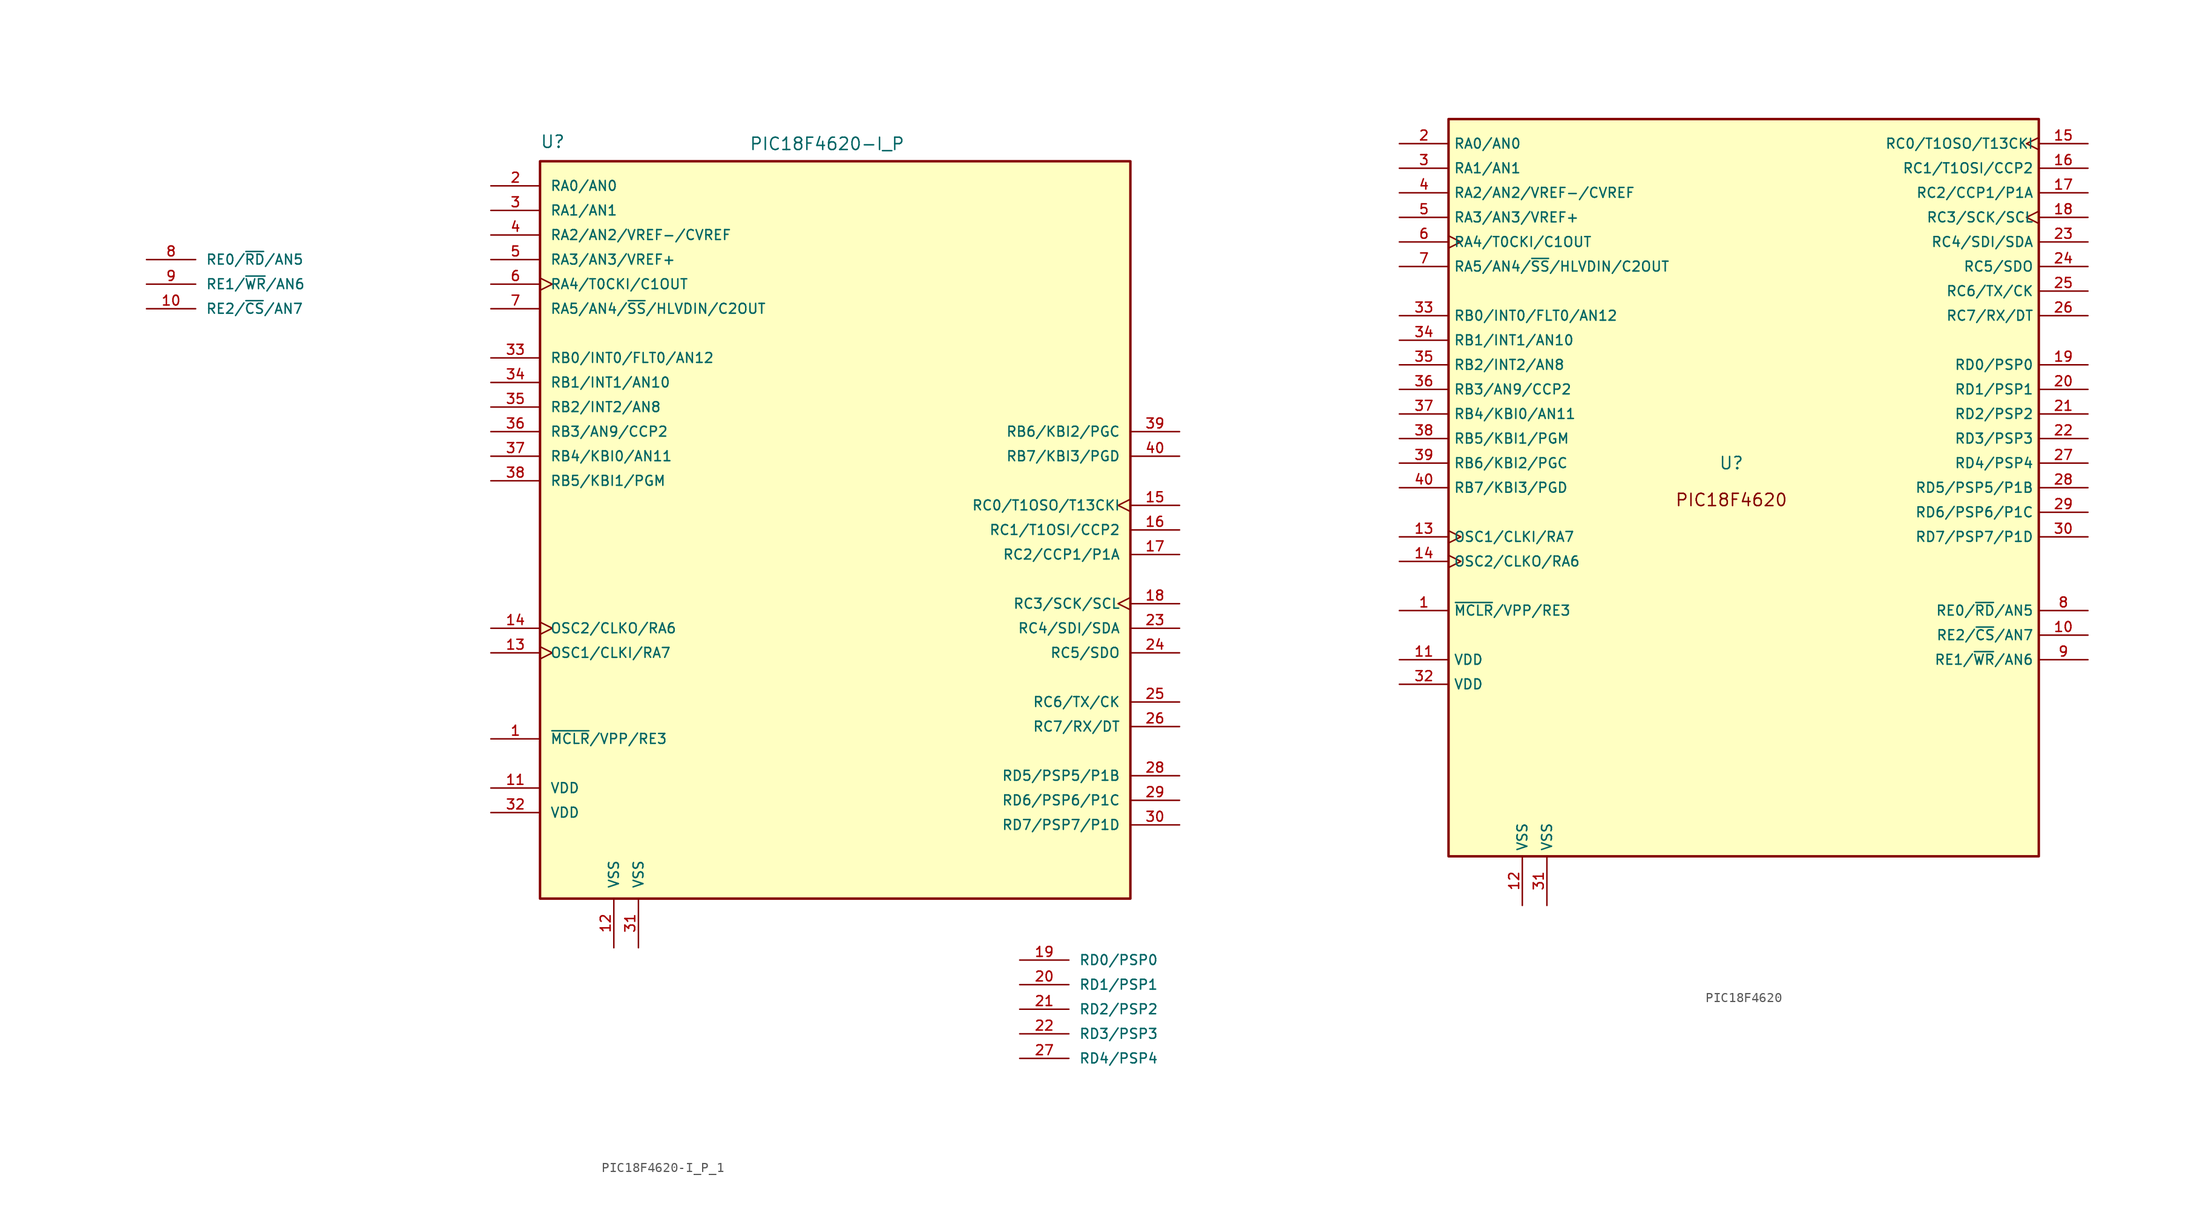
<source format=kicad_sym>
(kicad_symbol_lib
  (version 20220914)
  (generator kicad_symbol_editor)
  (symbol "PIC18F4620-I_P_1"
    (pin_names
      (offset 1.016))
    (property "Reference" "U"
      (at -30.48 39.37 0)
      (effects (font (size 1.27 1.27)) (justify left bottom)))
    (property "Value" "PIC18F4620-I_P"
      (at -8.89 40.64 0)
      (effects (font (size 1.27 1.27)) (justify left top)))
    (symbol "PIC18F4620-I_P_1_0_0"
      (rectangle (start -30.48 38.1) (end 30.48 -38.1) (stroke (width 0.254) (type default)) (fill (type background)))
      (pin input line (at -35.56 -21.59 0) (length 5.08) (name "~{MCLR}/VPP/RE3" (effects (font (size 1.016 1.016)))) (number "1" (effects (font (size 1.016 1.016)))))
      (pin bidirectional line (at -71.12 22.86 0) (length 5.08) (name "RE2/~{CS}/AN7" (effects (font (size 1.016 1.016)))) (number "10" (effects (font (size 1.016 1.016)))))
      (pin power_in line (at -35.56 -26.67 0) (length 5.08) (name "VDD" (effects (font (size 1.016 1.016)))) (number "11" (effects (font (size 1.016 1.016)))))
      (pin power_in line (at -22.86 -43.18 90) (length 5.08) (name "VSS" (effects (font (size 1.016 1.016)))) (number "12" (effects (font (size 1.016 1.016)))))
      (pin bidirectional clock (at -35.56 -12.7 0) (length 5.08) (name "OSC1/CLKI/RA7" (effects (font (size 1.016 1.016)))) (number "13" (effects (font (size 1.016 1.016)))))
      (pin bidirectional clock (at -35.56 -10.16 0) (length 5.08) (name "OSC2/CLKO/RA6" (effects (font (size 1.016 1.016)))) (number "14" (effects (font (size 1.016 1.016)))))
      (pin bidirectional clock (at 35.56 2.54 180) (length 5.08) (name "RC0/T1OSO/T13CKI" (effects (font (size 1.016 1.016)))) (number "15" (effects (font (size 1.016 1.016)))))
      (pin bidirectional line (at 35.56 0 180) (length 5.08) (name "RC1/T1OSI/CCP2" (effects (font (size 1.016 1.016)))) (number "16" (effects (font (size 1.016 1.016)))))
      (pin bidirectional line (at 35.56 -2.54 180) (length 5.08) (name "RC2/CCP1/P1A" (effects (font (size 1.016 1.016)))) (number "17" (effects (font (size 1.016 1.016)))))
      (pin bidirectional clock (at 35.56 -7.62 180) (length 5.08) (name "RC3/SCK/SCL" (effects (font (size 1.016 1.016)))) (number "18" (effects (font (size 1.016 1.016)))))
      (pin bidirectional line (at 19.05 -44.45 0) (length 5.08) (name "RD0/PSP0" (effects (font (size 1.016 1.016)))) (number "19" (effects (font (size 1.016 1.016)))))
      (pin bidirectional line (at -35.56 35.56 0) (length 5.08) (name "RA0/AN0" (effects (font (size 1.016 1.016)))) (number "2" (effects (font (size 1.016 1.016)))))
      (pin bidirectional line (at 19.05 -46.99 0) (length 5.08) (name "RD1/PSP1" (effects (font (size 1.016 1.016)))) (number "20" (effects (font (size 1.016 1.016)))))
      (pin bidirectional line (at 19.05 -49.53 0) (length 5.08) (name "RD2/PSP2" (effects (font (size 1.016 1.016)))) (number "21" (effects (font (size 1.016 1.016)))))
      (pin bidirectional line (at 19.05 -52.07 0) (length 5.08) (name "RD3/PSP3" (effects (font (size 1.016 1.016)))) (number "22" (effects (font (size 1.016 1.016)))))
      (pin bidirectional line (at 35.56 -10.16 180) (length 5.08) (name "RC4/SDI/SDA" (effects (font (size 1.016 1.016)))) (number "23" (effects (font (size 1.016 1.016)))))
      (pin bidirectional line (at 35.56 -12.7 180) (length 5.08) (name "RC5/SDO" (effects (font (size 1.016 1.016)))) (number "24" (effects (font (size 1.016 1.016)))))
      (pin bidirectional line (at 35.56 -17.78 180) (length 5.08) (name "RC6/TX/CK" (effects (font (size 1.016 1.016)))) (number "25" (effects (font (size 1.016 1.016)))))
      (pin bidirectional line (at 35.56 -20.32 180) (length 5.08) (name "RC7/RX/DT" (effects (font (size 1.016 1.016)))) (number "26" (effects (font (size 1.016 1.016)))))
      (pin bidirectional line (at 19.05 -54.61 0) (length 5.08) (name "RD4/PSP4" (effects (font (size 1.016 1.016)))) (number "27" (effects (font (size 1.016 1.016)))))
      (pin bidirectional line (at 35.56 -25.4 180) (length 5.08) (name "RD5/PSP5/P1B" (effects (font (size 1.016 1.016)))) (number "28" (effects (font (size 1.016 1.016)))))
      (pin bidirectional line (at 35.56 -27.94 180) (length 5.08) (name "RD6/PSP6/P1C" (effects (font (size 1.016 1.016)))) (number "29" (effects (font (size 1.016 1.016)))))
      (pin bidirectional line (at -35.56 33.02 0) (length 5.08) (name "RA1/AN1" (effects (font (size 1.016 1.016)))) (number "3" (effects (font (size 1.016 1.016)))))
      (pin bidirectional line (at 35.56 -30.48 180) (length 5.08) (name "RD7/PSP7/P1D" (effects (font (size 1.016 1.016)))) (number "30" (effects (font (size 1.016 1.016)))))
      (pin power_in line (at -20.32 -43.18 90) (length 5.08) (name "VSS" (effects (font (size 1.016 1.016)))) (number "31" (effects (font (size 1.016 1.016)))))
      (pin power_in line (at -35.56 -29.21 0) (length 5.08) (name "VDD" (effects (font (size 1.016 1.016)))) (number "32" (effects (font (size 1.016 1.016)))))
      (pin bidirectional line (at -35.56 17.78 0) (length 5.08) (name "RB0/INT0/FLT0/AN12" (effects (font (size 1.016 1.016)))) (number "33" (effects (font (size 1.016 1.016)))))
      (pin bidirectional line (at -35.56 15.24 0) (length 5.08) (name "RB1/INT1/AN10" (effects (font (size 1.016 1.016)))) (number "34" (effects (font (size 1.016 1.016)))))
      (pin bidirectional line (at -35.56 12.7 0) (length 5.08) (name "RB2/INT2/AN8" (effects (font (size 1.016 1.016)))) (number "35" (effects (font (size 1.016 1.016)))))
      (pin bidirectional line (at -35.56 10.16 0) (length 5.08) (name "RB3/AN9/CCP2" (effects (font (size 1.016 1.016)))) (number "36" (effects (font (size 1.016 1.016)))))
      (pin bidirectional line (at -35.56 7.62 0) (length 5.08) (name "RB4/KBI0/AN11" (effects (font (size 1.016 1.016)))) (number "37" (effects (font (size 1.016 1.016)))))
      (pin bidirectional line (at -35.56 5.08 0) (length 5.08) (name "RB5/KBI1/PGM" (effects (font (size 1.016 1.016)))) (number "38" (effects (font (size 1.016 1.016)))))
      (pin bidirectional line (at 35.56 10.16 180) (length 5.08) (name "RB6/KBI2/PGC" (effects (font (size 1.016 1.016)))) (number "39" (effects (font (size 1.016 1.016)))))
      (pin bidirectional line (at -35.56 30.48 0) (length 5.08) (name "RA2/AN2/VREF-/CVREF" (effects (font (size 1.016 1.016)))) (number "4" (effects (font (size 1.016 1.016)))))
      (pin bidirectional line (at 35.56 7.62 180) (length 5.08) (name "RB7/KBI3/PGD" (effects (font (size 1.016 1.016)))) (number "40" (effects (font (size 1.016 1.016)))))
      (pin bidirectional line (at -35.56 27.94 0) (length 5.08) (name "RA3/AN3/VREF+" (effects (font (size 1.016 1.016)))) (number "5" (effects (font (size 1.016 1.016)))))
      (pin bidirectional clock (at -35.56 25.4 0) (length 5.08) (name "RA4/T0CKI/C1OUT" (effects (font (size 1.016 1.016)))) (number "6" (effects (font (size 1.016 1.016)))))
      (pin bidirectional line (at -35.56 22.86 0) (length 5.08) (name "RA5/AN4/~{SS}/HLVDIN/C2OUT" (effects (font (size 1.016 1.016)))) (number "7" (effects (font (size 1.016 1.016)))))
      (pin bidirectional line (at -71.12 27.94 0) (length 5.08) (name "RE0/~{RD}/AN5" (effects (font (size 1.016 1.016)))) (number "8" (effects (font (size 1.016 1.016)))))
      (pin bidirectional line (at -71.12 25.4 0) (length 5.08) (name "RE1/~{WR}/AN6" (effects (font (size 1.016 1.016)))) (number "9" (effects (font (size 1.016 1.016)))))))
  (symbol "PIC18F4620"
    (property "Reference" "U"
      (at 0 0 0)
      (effects (font (size 1.27 1.27))))
    (property "Value" ""
      (at 0 0 0)
      (effects (font (size 1.27 1.27))))
    (symbol "PIC18F4620_0_0"
      (pin input line (at -34.29 -15.24 0) (length 5.08) (name "~{MCLR}/VPP/RE3" (effects (font (size 1.016 1.016)))) (number "1" (effects (font (size 1.016 1.016)))))
      (pin bidirectional line (at 36.83 -17.78 180) (length 5.08) (name "RE2/~{CS}/AN7" (effects (font (size 1.016 1.016)))) (number "10" (effects (font (size 1.016 1.016)))))
      (pin power_in line (at -34.29 -20.32 0) (length 5.08) (name "VDD" (effects (font (size 1.016 1.016)))) (number "11" (effects (font (size 1.016 1.016)))))
      (pin power_in line (at -21.59 -45.72 90) (length 5.08) (name "VSS" (effects (font (size 1.016 1.016)))) (number "12" (effects (font (size 1.016 1.016)))))
      (pin bidirectional clock (at -34.29 -7.62 0) (length 5.08) (name "OSC1/CLKI/RA7" (effects (font (size 1.016 1.016)))) (number "13" (effects (font (size 1.016 1.016)))))
      (pin bidirectional clock (at -34.29 -10.16 0) (length 5.08) (name "OSC2/CLKO/RA6" (effects (font (size 1.016 1.016)))) (number "14" (effects (font (size 1.016 1.016)))))
      (pin bidirectional clock (at 36.83 33.02 180) (length 5.08) (name "RC0/T1OSO/T13CKI" (effects (font (size 1.016 1.016)))) (number "15" (effects (font (size 1.016 1.016)))))
      (pin bidirectional line (at 36.83 30.48 180) (length 5.08) (name "RC1/T1OSI/CCP2" (effects (font (size 1.016 1.016)))) (number "16" (effects (font (size 1.016 1.016)))))
      (pin bidirectional line (at 36.83 27.94 180) (length 5.08) (name "RC2/CCP1/P1A" (effects (font (size 1.016 1.016)))) (number "17" (effects (font (size 1.016 1.016)))))
      (pin bidirectional clock (at 36.83 25.4 180) (length 5.08) (name "RC3/SCK/SCL" (effects (font (size 1.016 1.016)))) (number "18" (effects (font (size 1.016 1.016)))))
      (pin bidirectional line (at 36.83 10.16 180) (length 5.08) (name "RD0/PSP0" (effects (font (size 1.016 1.016)))) (number "19" (effects (font (size 1.016 1.016)))))
      (pin bidirectional line (at -34.29 33.02 0) (length 5.08) (name "RA0/AN0" (effects (font (size 1.016 1.016)))) (number "2" (effects (font (size 1.016 1.016)))))
      (pin bidirectional line (at 36.83 7.62 180) (length 5.08) (name "RD1/PSP1" (effects (font (size 1.016 1.016)))) (number "20" (effects (font (size 1.016 1.016)))))
      (pin bidirectional line (at 36.83 5.08 180) (length 5.08) (name "RD2/PSP2" (effects (font (size 1.016 1.016)))) (number "21" (effects (font (size 1.016 1.016)))))
      (pin bidirectional line (at 36.83 2.54 180) (length 5.08) (name "RD3/PSP3" (effects (font (size 1.016 1.016)))) (number "22" (effects (font (size 1.016 1.016)))))
      (pin bidirectional line (at 36.83 22.86 180) (length 5.08) (name "RC4/SDI/SDA" (effects (font (size 1.016 1.016)))) (number "23" (effects (font (size 1.016 1.016)))))
      (pin bidirectional line (at 36.83 20.32 180) (length 5.08) (name "RC5/SDO" (effects (font (size 1.016 1.016)))) (number "24" (effects (font (size 1.016 1.016)))))
      (pin bidirectional line (at 36.83 17.78 180) (length 5.08) (name "RC6/TX/CK" (effects (font (size 1.016 1.016)))) (number "25" (effects (font (size 1.016 1.016)))))
      (pin bidirectional line (at 36.83 15.24 180) (length 5.08) (name "RC7/RX/DT" (effects (font (size 1.016 1.016)))) (number "26" (effects (font (size 1.016 1.016)))))
      (pin bidirectional line (at 36.83 0 180) (length 5.08) (name "RD4/PSP4" (effects (font (size 1.016 1.016)))) (number "27" (effects (font (size 1.016 1.016)))))
      (pin bidirectional line (at 36.83 -2.54 180) (length 5.08) (name "RD5/PSP5/P1B" (effects (font (size 1.016 1.016)))) (number "28" (effects (font (size 1.016 1.016)))))
      (pin bidirectional line (at 36.83 -5.08 180) (length 5.08) (name "RD6/PSP6/P1C" (effects (font (size 1.016 1.016)))) (number "29" (effects (font (size 1.016 1.016)))))
      (pin bidirectional line (at -34.29 30.48 0) (length 5.08) (name "RA1/AN1" (effects (font (size 1.016 1.016)))) (number "3" (effects (font (size 1.016 1.016)))))
      (pin bidirectional line (at 36.83 -7.62 180) (length 5.08) (name "RD7/PSP7/P1D" (effects (font (size 1.016 1.016)))) (number "30" (effects (font (size 1.016 1.016)))))
      (pin power_in line (at -19.05 -45.72 90) (length 5.08) (name "VSS" (effects (font (size 1.016 1.016)))) (number "31" (effects (font (size 1.016 1.016)))))
      (pin power_in line (at -34.29 -22.86 0) (length 5.08) (name "VDD" (effects (font (size 1.016 1.016)))) (number "32" (effects (font (size 1.016 1.016)))))
      (pin bidirectional line (at -34.29 15.24 0) (length 5.08) (name "RB0/INT0/FLT0/AN12" (effects (font (size 1.016 1.016)))) (number "33" (effects (font (size 1.016 1.016)))))
      (pin bidirectional line (at -34.29 12.7 0) (length 5.08) (name "RB1/INT1/AN10" (effects (font (size 1.016 1.016)))) (number "34" (effects (font (size 1.016 1.016)))))
      (pin bidirectional line (at -34.29 10.16 0) (length 5.08) (name "RB2/INT2/AN8" (effects (font (size 1.016 1.016)))) (number "35" (effects (font (size 1.016 1.016)))))
      (pin bidirectional line (at -34.29 7.62 0) (length 5.08) (name "RB3/AN9/CCP2" (effects (font (size 1.016 1.016)))) (number "36" (effects (font (size 1.016 1.016)))))
      (pin bidirectional line (at -34.29 5.08 0) (length 5.08) (name "RB4/KBI0/AN11" (effects (font (size 1.016 1.016)))) (number "37" (effects (font (size 1.016 1.016)))))
      (pin bidirectional line (at -34.29 2.54 0) (length 5.08) (name "RB5/KBI1/PGM" (effects (font (size 1.016 1.016)))) (number "38" (effects (font (size 1.016 1.016)))))
      (pin bidirectional line (at -34.29 0 0) (length 5.08) (name "RB6/KBI2/PGC" (effects (font (size 1.016 1.016)))) (number "39" (effects (font (size 1.016 1.016)))))
      (pin bidirectional line (at -34.29 27.94 0) (length 5.08) (name "RA2/AN2/VREF-/CVREF" (effects (font (size 1.016 1.016)))) (number "4" (effects (font (size 1.016 1.016)))))
      (pin bidirectional line (at -34.29 -2.54 0) (length 5.08) (name "RB7/KBI3/PGD" (effects (font (size 1.016 1.016)))) (number "40" (effects (font (size 1.016 1.016)))))
      (pin bidirectional line (at -34.29 25.4 0) (length 5.08) (name "RA3/AN3/VREF+" (effects (font (size 1.016 1.016)))) (number "5" (effects (font (size 1.016 1.016)))))
      (pin bidirectional clock (at -34.29 22.86 0) (length 5.08) (name "RA4/T0CKI/C1OUT" (effects (font (size 1.016 1.016)))) (number "6" (effects (font (size 1.016 1.016)))))
      (pin bidirectional line (at -34.29 20.32 0) (length 5.08) (name "RA5/AN4/~{SS}/HLVDIN/C2OUT" (effects (font (size 1.016 1.016)))) (number "7" (effects (font (size 1.016 1.016)))))
      (pin bidirectional line (at 36.83 -15.24 180) (length 5.08) (name "RE0/~{RD}/AN5" (effects (font (size 1.016 1.016)))) (number "8" (effects (font (size 1.016 1.016)))))
      (pin bidirectional line (at 36.83 -20.32 180) (length 5.08) (name "RE1/~{WR}/AN6" (effects (font (size 1.016 1.016)))) (number "9" (effects (font (size 1.016 1.016))))))
    (symbol "PIC18F4620_1_0"
      (rectangle (start -29.21 35.56) (end 31.75 -40.64) (stroke (width 0.254) (type default)) (fill (type background)))
      (text "PIC18F4620" (at 0 -3.81 0) (effects (font (size 1.27 1.27)))))))
</source>
